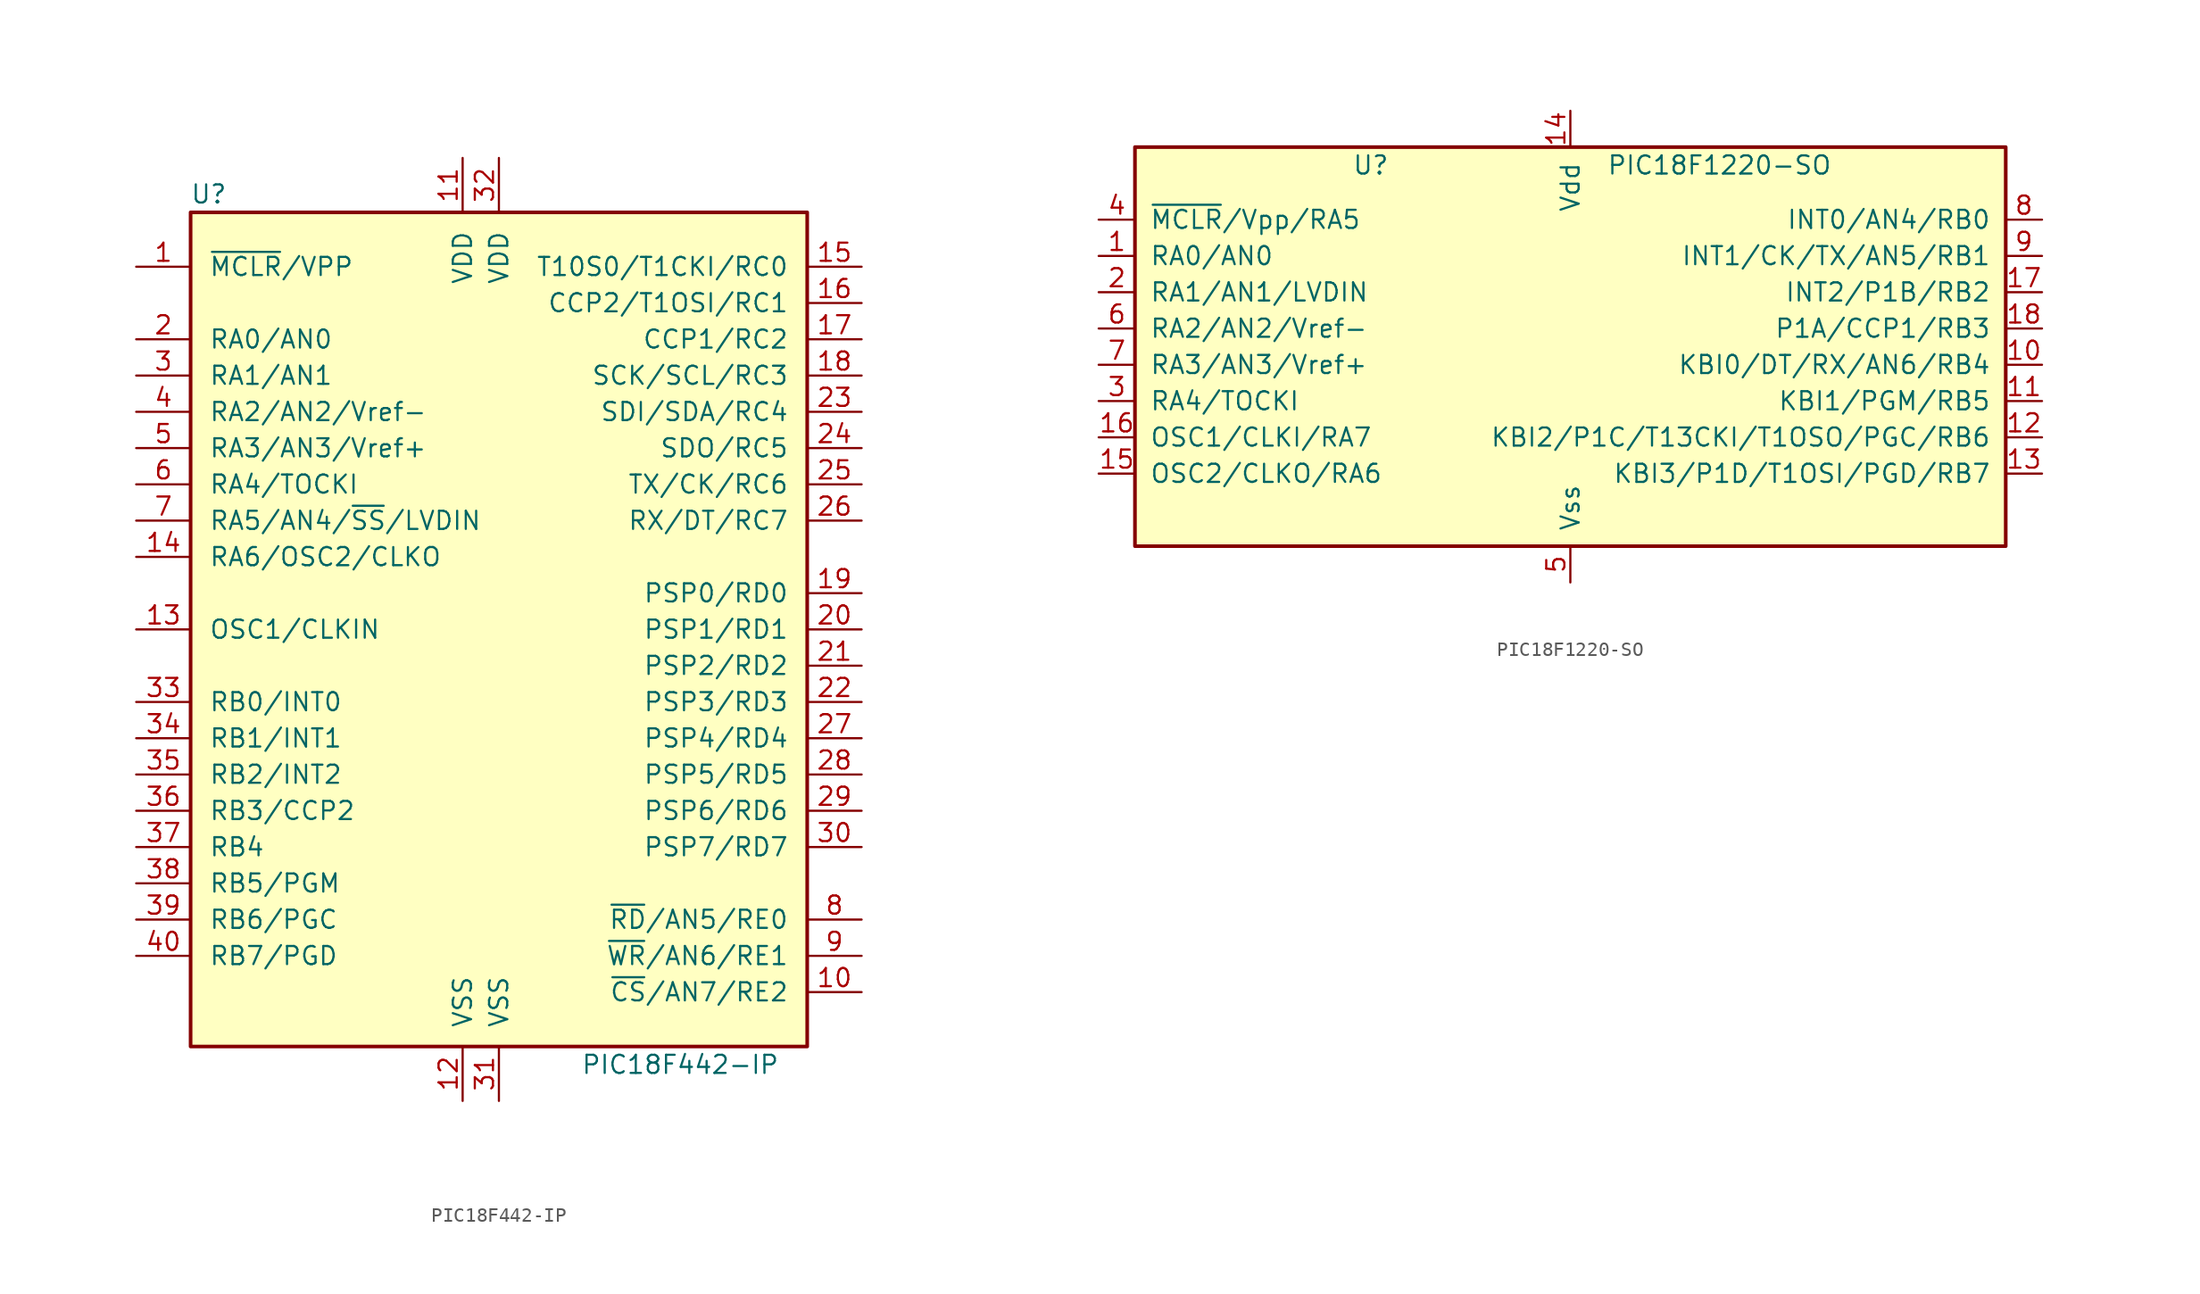
<source format=kicad_sym>
(kicad_symbol_lib
  (version 20201005)
  (generator kicad_symbol_editor)
  (symbol "MCU_Microchip_PIC18:PIC18F442-IP"
    (pin_names
      (offset 1.27))
    (property "Reference" "U"
      (at -20.32 30.48 0)
      (effects (font (size 1.27 1.27))))
    (property "Value" "PIC18F442-IP"
      (at 12.7 -30.48 0)
      (effects (font (size 1.27 1.27))))
    (symbol "PIC18F442-IP_0_1"
      (rectangle (start -21.59 -29.21) (end 21.59 29.21) (stroke (width 0.254)) (fill (type background))))
    (symbol "PIC18F442-IP_1_1"
      (pin input line (at -25.4 25.4 0) (length 3.81) (name "~MCLR~/VPP" (effects (font (size 1.27 1.27)))) (number "1" (effects (font (size 1.27 1.27)))))
      (pin bidirectional line (at 25.4 -25.4 180) (length 3.81) (name "~CS~/AN7/RE2" (effects (font (size 1.27 1.27)))) (number "10" (effects (font (size 1.27 1.27)))))
      (pin power_in line (at -2.54 33.02 270) (length 3.81) (name "VDD" (effects (font (size 1.27 1.27)))) (number "11" (effects (font (size 1.27 1.27)))))
      (pin power_in line (at -2.54 -33.02 90) (length 3.81) (name "VSS" (effects (font (size 1.27 1.27)))) (number "12" (effects (font (size 1.27 1.27)))))
      (pin input line (at -25.4 0 0) (length 3.81) (name "OSC1/CLKIN" (effects (font (size 1.27 1.27)))) (number "13" (effects (font (size 1.27 1.27)))))
      (pin output line (at -25.4 5.08 0) (length 3.81) (name "RA6/OSC2/CLKO" (effects (font (size 1.27 1.27)))) (number "14" (effects (font (size 1.27 1.27)))))
      (pin bidirectional line (at 25.4 25.4 180) (length 3.81) (name "T10S0/T1CKI/RC0" (effects (font (size 1.27 1.27)))) (number "15" (effects (font (size 1.27 1.27)))))
      (pin bidirectional line (at 25.4 22.86 180) (length 3.81) (name "CCP2/T1OSI/RC1" (effects (font (size 1.27 1.27)))) (number "16" (effects (font (size 1.27 1.27)))))
      (pin bidirectional line (at 25.4 20.32 180) (length 3.81) (name "CCP1/RC2" (effects (font (size 1.27 1.27)))) (number "17" (effects (font (size 1.27 1.27)))))
      (pin bidirectional line (at 25.4 17.78 180) (length 3.81) (name "SCK/SCL/RC3" (effects (font (size 1.27 1.27)))) (number "18" (effects (font (size 1.27 1.27)))))
      (pin bidirectional line (at 25.4 2.54 180) (length 3.81) (name "PSP0/RD0" (effects (font (size 1.27 1.27)))) (number "19" (effects (font (size 1.27 1.27)))))
      (pin bidirectional line (at -25.4 20.32 0) (length 3.81) (name "RA0/AN0" (effects (font (size 1.27 1.27)))) (number "2" (effects (font (size 1.27 1.27)))))
      (pin bidirectional line (at 25.4 0 180) (length 3.81) (name "PSP1/RD1" (effects (font (size 1.27 1.27)))) (number "20" (effects (font (size 1.27 1.27)))))
      (pin bidirectional line (at 25.4 -2.54 180) (length 3.81) (name "PSP2/RD2" (effects (font (size 1.27 1.27)))) (number "21" (effects (font (size 1.27 1.27)))))
      (pin bidirectional line (at 25.4 -5.08 180) (length 3.81) (name "PSP3/RD3" (effects (font (size 1.27 1.27)))) (number "22" (effects (font (size 1.27 1.27)))))
      (pin bidirectional line (at 25.4 15.24 180) (length 3.81) (name "SDI/SDA/RC4" (effects (font (size 1.27 1.27)))) (number "23" (effects (font (size 1.27 1.27)))))
      (pin bidirectional line (at 25.4 12.7 180) (length 3.81) (name "SDO/RC5" (effects (font (size 1.27 1.27)))) (number "24" (effects (font (size 1.27 1.27)))))
      (pin bidirectional line (at 25.4 10.16 180) (length 3.81) (name "TX/CK/RC6" (effects (font (size 1.27 1.27)))) (number "25" (effects (font (size 1.27 1.27)))))
      (pin bidirectional line (at 25.4 7.62 180) (length 3.81) (name "RX/DT/RC7" (effects (font (size 1.27 1.27)))) (number "26" (effects (font (size 1.27 1.27)))))
      (pin bidirectional line (at 25.4 -7.62 180) (length 3.81) (name "PSP4/RD4" (effects (font (size 1.27 1.27)))) (number "27" (effects (font (size 1.27 1.27)))))
      (pin bidirectional line (at 25.4 -10.16 180) (length 3.81) (name "PSP5/RD5" (effects (font (size 1.27 1.27)))) (number "28" (effects (font (size 1.27 1.27)))))
      (pin bidirectional line (at 25.4 -12.7 180) (length 3.81) (name "PSP6/RD6" (effects (font (size 1.27 1.27)))) (number "29" (effects (font (size 1.27 1.27)))))
      (pin bidirectional line (at -25.4 17.78 0) (length 3.81) (name "RA1/AN1" (effects (font (size 1.27 1.27)))) (number "3" (effects (font (size 1.27 1.27)))))
      (pin bidirectional line (at 25.4 -15.24 180) (length 3.81) (name "PSP7/RD7" (effects (font (size 1.27 1.27)))) (number "30" (effects (font (size 1.27 1.27)))))
      (pin power_in line (at 0 -33.02 90) (length 3.81) (name "VSS" (effects (font (size 1.27 1.27)))) (number "31" (effects (font (size 1.27 1.27)))))
      (pin power_in line (at 0 33.02 270) (length 3.81) (name "VDD" (effects (font (size 1.27 1.27)))) (number "32" (effects (font (size 1.27 1.27)))))
      (pin bidirectional line (at -25.4 -5.08 0) (length 3.81) (name "RB0/INT0" (effects (font (size 1.27 1.27)))) (number "33" (effects (font (size 1.27 1.27)))))
      (pin bidirectional line (at -25.4 -7.62 0) (length 3.81) (name "RB1/INT1" (effects (font (size 1.27 1.27)))) (number "34" (effects (font (size 1.27 1.27)))))
      (pin bidirectional line (at -25.4 -10.16 0) (length 3.81) (name "RB2/INT2" (effects (font (size 1.27 1.27)))) (number "35" (effects (font (size 1.27 1.27)))))
      (pin bidirectional line (at -25.4 -12.7 0) (length 3.81) (name "RB3/CCP2" (effects (font (size 1.27 1.27)))) (number "36" (effects (font (size 1.27 1.27)))))
      (pin bidirectional line (at -25.4 -15.24 0) (length 3.81) (name "RB4" (effects (font (size 1.27 1.27)))) (number "37" (effects (font (size 1.27 1.27)))))
      (pin bidirectional line (at -25.4 -17.78 0) (length 3.81) (name "RB5/PGM" (effects (font (size 1.27 1.27)))) (number "38" (effects (font (size 1.27 1.27)))))
      (pin bidirectional line (at -25.4 -20.32 0) (length 3.81) (name "RB6/PGC" (effects (font (size 1.27 1.27)))) (number "39" (effects (font (size 1.27 1.27)))))
      (pin bidirectional line (at -25.4 15.24 0) (length 3.81) (name "RA2/AN2/Vref-" (effects (font (size 1.27 1.27)))) (number "4" (effects (font (size 1.27 1.27)))))
      (pin bidirectional line (at -25.4 -22.86 0) (length 3.81) (name "RB7/PGD" (effects (font (size 1.27 1.27)))) (number "40" (effects (font (size 1.27 1.27)))))
      (pin bidirectional line (at -25.4 12.7 0) (length 3.81) (name "RA3/AN3/Vref+" (effects (font (size 1.27 1.27)))) (number "5" (effects (font (size 1.27 1.27)))))
      (pin bidirectional line (at -25.4 10.16 0) (length 3.81) (name "RA4/TOCKI" (effects (font (size 1.27 1.27)))) (number "6" (effects (font (size 1.27 1.27)))))
      (pin bidirectional line (at -25.4 7.62 0) (length 3.81) (name "RA5/AN4/~SS~/LVDIN" (effects (font (size 1.27 1.27)))) (number "7" (effects (font (size 1.27 1.27)))))
      (pin bidirectional line (at 25.4 -20.32 180) (length 3.81) (name "~RD~/AN5/RE0" (effects (font (size 1.27 1.27)))) (number "8" (effects (font (size 1.27 1.27)))))
      (pin bidirectional line (at 25.4 -22.86 180) (length 3.81) (name "~WR~/AN6/RE1" (effects (font (size 1.27 1.27)))) (number "9" (effects (font (size 1.27 1.27)))))))
  (symbol "MCU_Microchip_PIC18:PIC18F1220-SO"
    (pin_names
      (offset 1.016))
    (property "Reference" "U"
      (at -13.97 13.97 0)
      (effects (font (size 1.27 1.27))))
    (property "Value" "PIC18F1220-SO"
      (at 2.54 13.97 0)
      (effects (font (size 1.27 1.27)) (justify left)))
    (symbol "PIC18F1220-SO_0_1"
      (rectangle (start -30.48 15.24) (end 30.48 -12.7) (stroke (width 0.254)) (fill (type background))))
    (symbol "PIC18F1220-SO_1_1"
      (pin input line (at -33.02 7.62 0) (length 2.54) (name "RA0/AN0" (effects (font (size 1.27 1.27)))) (number "1" (effects (font (size 1.27 1.27)))))
      (pin input line (at 33.02 0 180) (length 2.54) (name "KBI0/DT/RX/AN6/RB4" (effects (font (size 1.27 1.27)))) (number "10" (effects (font (size 1.27 1.27)))))
      (pin input line (at 33.02 -2.54 180) (length 2.54) (name "KBI1/PGM/RB5" (effects (font (size 1.27 1.27)))) (number "11" (effects (font (size 1.27 1.27)))))
      (pin input line (at 33.02 -5.08 180) (length 2.54) (name "KBI2/P1C/T13CKI/T1OSO/PGC/RB6" (effects (font (size 1.27 1.27)))) (number "12" (effects (font (size 1.27 1.27)))))
      (pin input line (at 33.02 -7.62 180) (length 2.54) (name "KBI3/P1D/T1OSI/PGD/RB7" (effects (font (size 1.27 1.27)))) (number "13" (effects (font (size 1.27 1.27)))))
      (pin power_in line (at 0 17.78 270) (length 2.54) (name "Vdd" (effects (font (size 1.27 1.27)))) (number "14" (effects (font (size 1.27 1.27)))))
      (pin input line (at -33.02 -7.62 0) (length 2.54) (name "OSC2/CLKO/RA6" (effects (font (size 1.27 1.27)))) (number "15" (effects (font (size 1.27 1.27)))))
      (pin input line (at -33.02 -5.08 0) (length 2.54) (name "OSC1/CLKI/RA7" (effects (font (size 1.27 1.27)))) (number "16" (effects (font (size 1.27 1.27)))))
      (pin input line (at 33.02 5.08 180) (length 2.54) (name "INT2/P1B/RB2" (effects (font (size 1.27 1.27)))) (number "17" (effects (font (size 1.27 1.27)))))
      (pin input line (at 33.02 2.54 180) (length 2.54) (name "P1A/CCP1/RB3" (effects (font (size 1.27 1.27)))) (number "18" (effects (font (size 1.27 1.27)))))
      (pin input line (at -33.02 5.08 0) (length 2.54) (name "RA1/AN1/LVDIN" (effects (font (size 1.27 1.27)))) (number "2" (effects (font (size 1.27 1.27)))))
      (pin input line (at -33.02 -2.54 0) (length 2.54) (name "RA4/TOCKI" (effects (font (size 1.27 1.27)))) (number "3" (effects (font (size 1.27 1.27)))))
      (pin input line (at -33.02 10.16 0) (length 2.54) (name "~MCLR~/Vpp/RA5" (effects (font (size 1.27 1.27)))) (number "4" (effects (font (size 1.27 1.27)))))
      (pin power_in line (at 0 -15.24 90) (length 2.54) (name "Vss" (effects (font (size 1.27 1.27)))) (number "5" (effects (font (size 1.27 1.27)))))
      (pin input line (at -33.02 2.54 0) (length 2.54) (name "RA2/AN2/Vref-" (effects (font (size 1.27 1.27)))) (number "6" (effects (font (size 1.27 1.27)))))
      (pin input line (at -33.02 0 0) (length 2.54) (name "RA3/AN3/Vref+" (effects (font (size 1.27 1.27)))) (number "7" (effects (font (size 1.27 1.27)))))
      (pin input line (at 33.02 10.16 180) (length 2.54) (name "INT0/AN4/RB0" (effects (font (size 1.27 1.27)))) (number "8" (effects (font (size 1.27 1.27)))))
      (pin input line (at 33.02 7.62 180) (length 2.54) (name "INT1/CK/TX/AN5/RB1" (effects (font (size 1.27 1.27)))) (number "9" (effects (font (size 1.27 1.27))))))))
</source>
